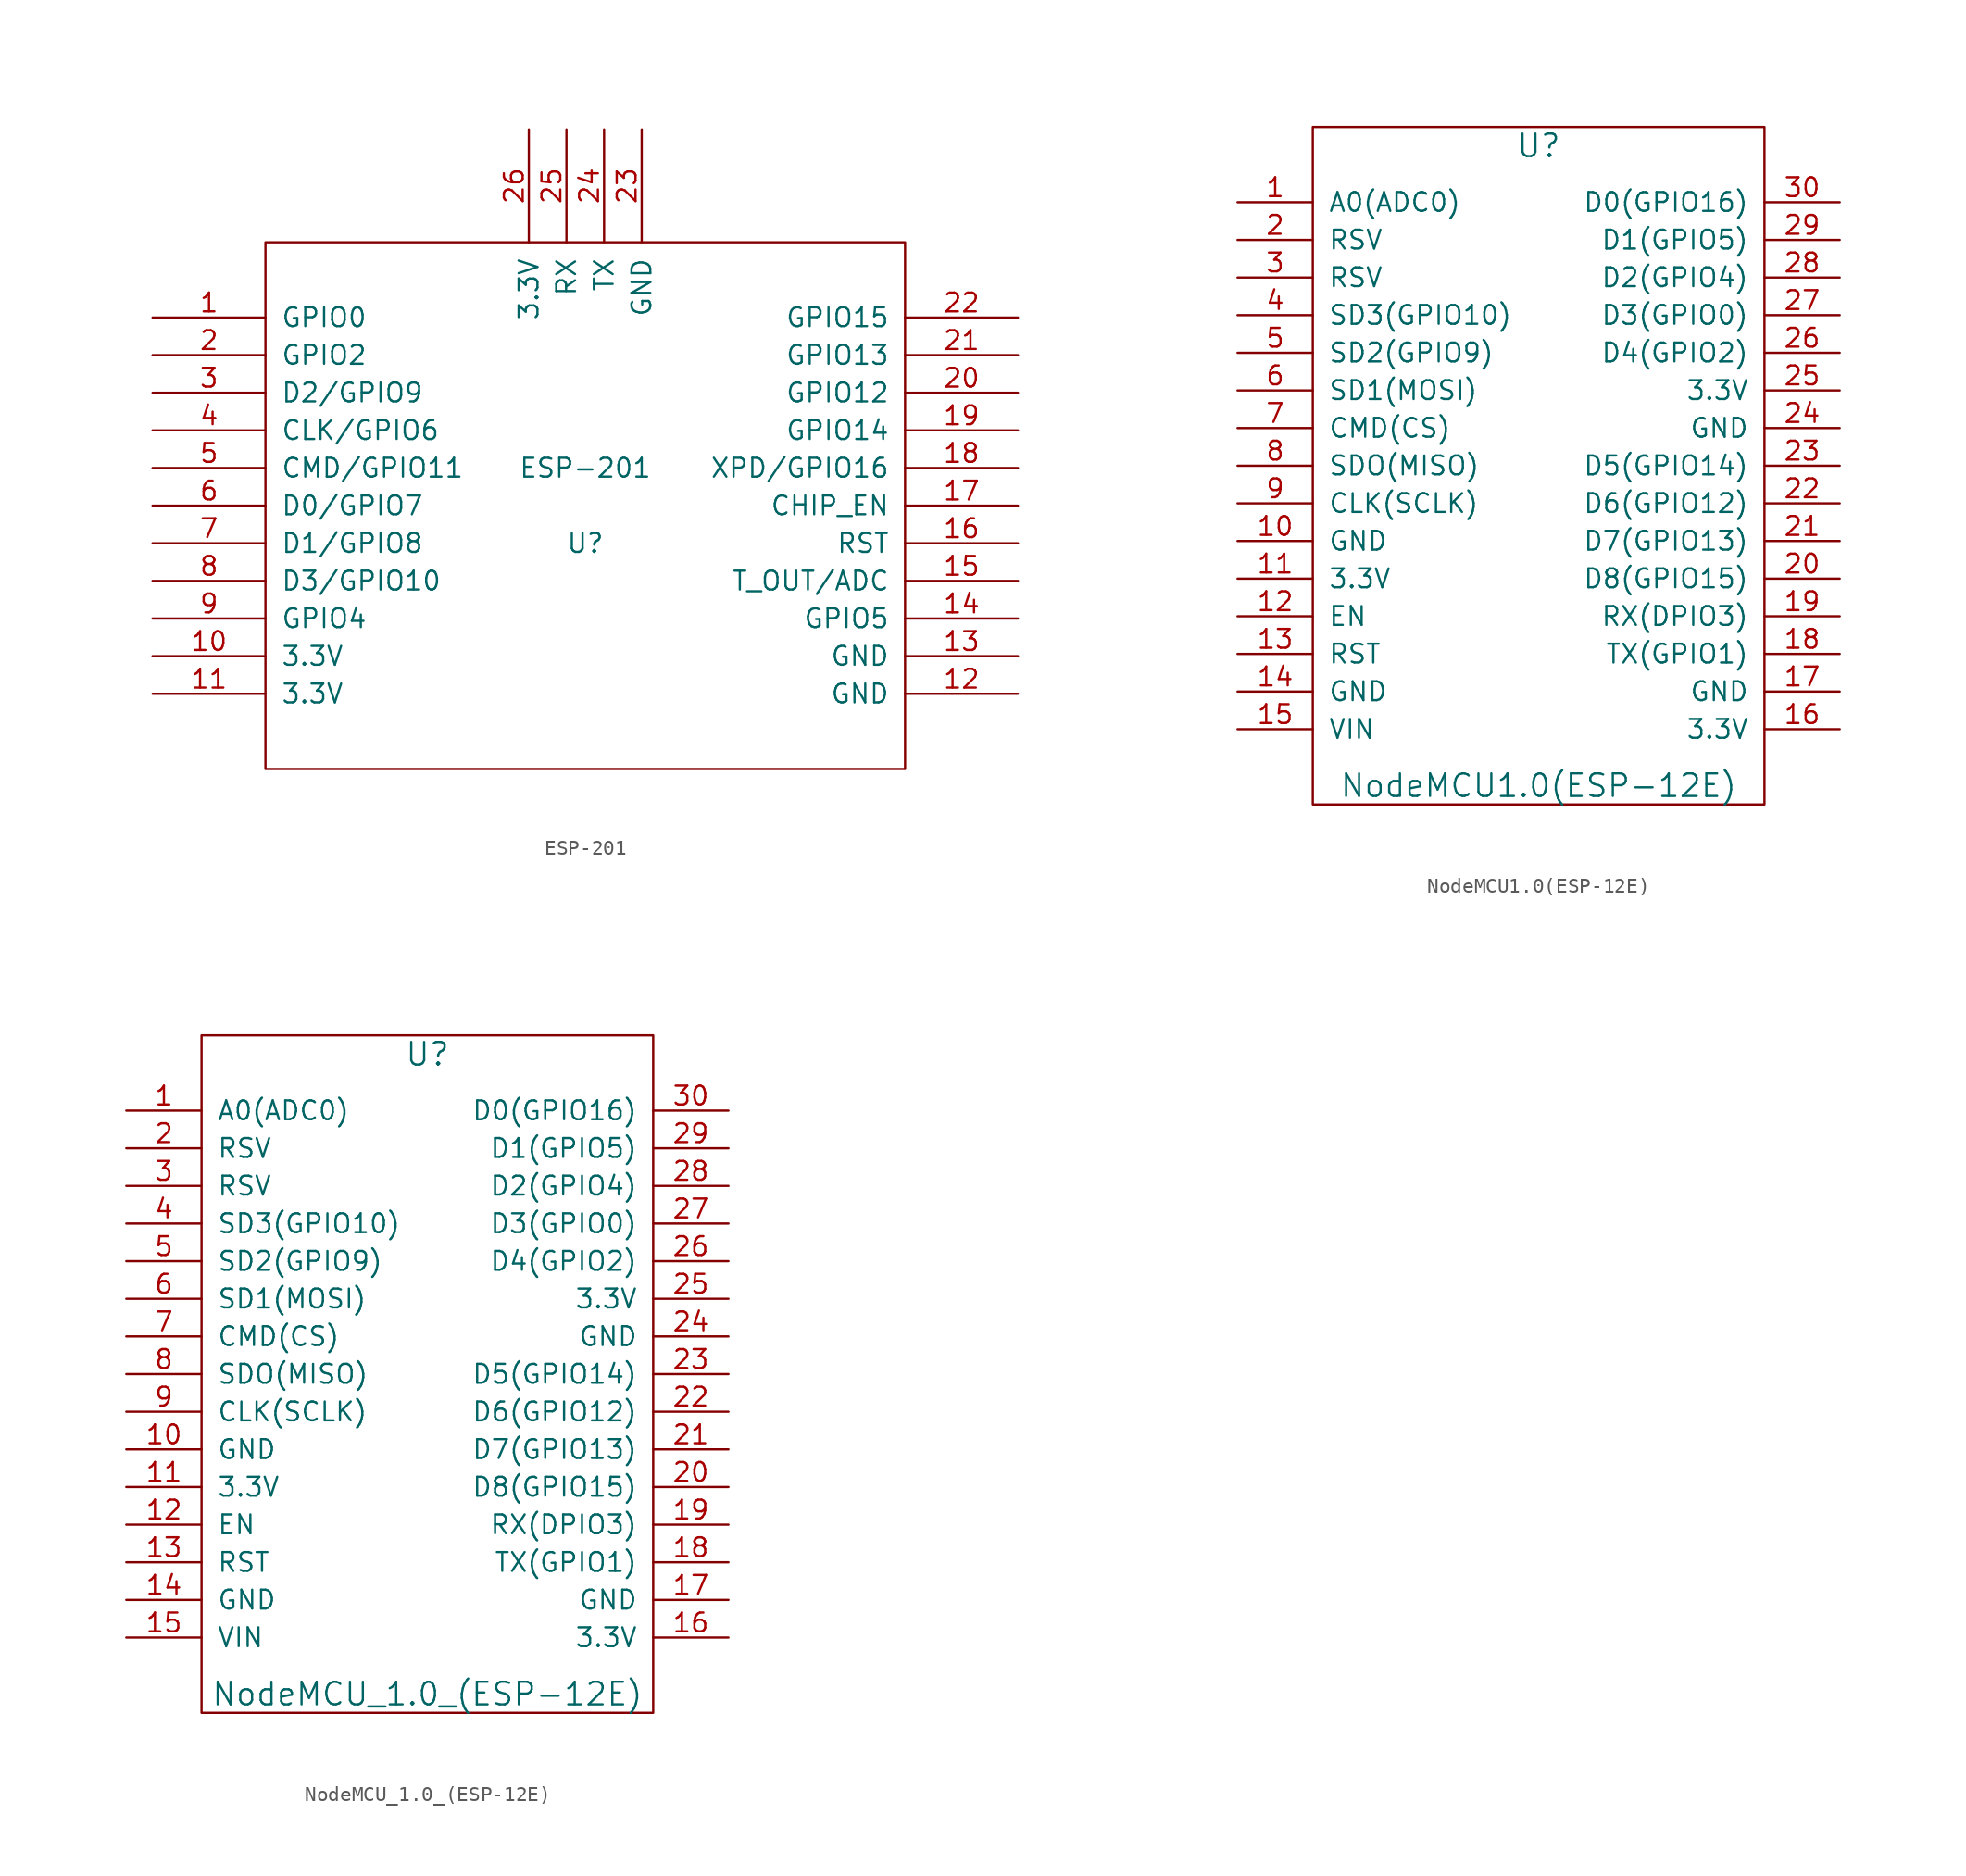
<source format=kicad_sym>
(kicad_symbol_lib
  (version 20211014)
  (generator kicad_symbol_editor)
  (symbol "ESP-201"
    (pin_names
      (offset 1.016))
    (property "Reference" "U"
      (at 0 -2.54 0)
      (effects (font (size 1.27 1.27))))
    (property "Value" "ESP-201"
      (at 0 2.54 0)
      (effects (font (size 1.27 1.27))))
    (symbol "ESP-201_1_0"
      (rectangle (start -21.59 -17.78) (end 21.59 17.78) (stroke (width 0) (type default) (color 0 0 0 0)) (fill (type none))))
    (symbol "ESP-201_1_1"
      (pin bidirectional line (at -29.21 12.7 0) (length 7.62) (name "GPIO0" (effects (font (size 1.27 1.27)))) (number "1" (effects (font (size 1.27 1.27)))))
      (pin power_in line (at -29.21 -10.16 0) (length 7.62) (name "3.3V" (effects (font (size 1.27 1.27)))) (number "10" (effects (font (size 1.27 1.27)))))
      (pin power_in line (at -29.21 -12.7 0) (length 7.62) (name "3.3V" (effects (font (size 1.27 1.27)))) (number "11" (effects (font (size 1.27 1.27)))))
      (pin power_in line (at 29.21 -12.7 180) (length 7.62) (name "GND" (effects (font (size 1.27 1.27)))) (number "12" (effects (font (size 1.27 1.27)))))
      (pin power_in line (at 29.21 -10.16 180) (length 7.62) (name "GND" (effects (font (size 1.27 1.27)))) (number "13" (effects (font (size 1.27 1.27)))))
      (pin bidirectional line (at 29.21 -7.62 180) (length 7.62) (name "GPIO5" (effects (font (size 1.27 1.27)))) (number "14" (effects (font (size 1.27 1.27)))))
      (pin bidirectional line (at 29.21 -5.08 180) (length 7.62) (name "T_OUT/ADC" (effects (font (size 1.27 1.27)))) (number "15" (effects (font (size 1.27 1.27)))))
      (pin input line (at 29.21 -2.54 180) (length 7.62) (name "RST" (effects (font (size 1.27 1.27)))) (number "16" (effects (font (size 1.27 1.27)))))
      (pin input line (at 29.21 0 180) (length 7.62) (name "CHIP_EN" (effects (font (size 1.27 1.27)))) (number "17" (effects (font (size 1.27 1.27)))))
      (pin bidirectional line (at 29.21 2.54 180) (length 7.62) (name "XPD/GPIO16" (effects (font (size 1.27 1.27)))) (number "18" (effects (font (size 1.27 1.27)))))
      (pin bidirectional line (at 29.21 5.08 180) (length 7.62) (name "GPIO14" (effects (font (size 1.27 1.27)))) (number "19" (effects (font (size 1.27 1.27)))))
      (pin bidirectional line (at -29.21 10.16 0) (length 7.62) (name "GPIO2" (effects (font (size 1.27 1.27)))) (number "2" (effects (font (size 1.27 1.27)))))
      (pin bidirectional line (at 29.21 7.62 180) (length 7.62) (name "GPIO12" (effects (font (size 1.27 1.27)))) (number "20" (effects (font (size 1.27 1.27)))))
      (pin bidirectional line (at 29.21 10.16 180) (length 7.62) (name "GPIO13" (effects (font (size 1.27 1.27)))) (number "21" (effects (font (size 1.27 1.27)))))
      (pin bidirectional line (at 29.21 12.7 180) (length 7.62) (name "GPIO15" (effects (font (size 1.27 1.27)))) (number "22" (effects (font (size 1.27 1.27)))))
      (pin power_in line (at 3.81 25.4 270) (length 7.62) (name "GND" (effects (font (size 1.27 1.27)))) (number "23" (effects (font (size 1.27 1.27)))))
      (pin output line (at 1.27 25.4 270) (length 7.62) (name "TX" (effects (font (size 1.27 1.27)))) (number "24" (effects (font (size 1.27 1.27)))))
      (pin input line (at -1.27 25.4 270) (length 7.62) (name "RX" (effects (font (size 1.27 1.27)))) (number "25" (effects (font (size 1.27 1.27)))))
      (pin power_in line (at -3.81 25.4 270) (length 7.62) (name "3.3V" (effects (font (size 1.27 1.27)))) (number "26" (effects (font (size 1.27 1.27)))))
      (pin output line (at -29.21 7.62 0) (length 7.62) (name "D2/GPIO9" (effects (font (size 1.27 1.27)))) (number "3" (effects (font (size 1.27 1.27)))))
      (pin output line (at -29.21 5.08 0) (length 7.62) (name "CLK/GPIO6" (effects (font (size 1.27 1.27)))) (number "4" (effects (font (size 1.27 1.27)))))
      (pin output line (at -29.21 2.54 0) (length 7.62) (name "CMD/GPIO11" (effects (font (size 1.27 1.27)))) (number "5" (effects (font (size 1.27 1.27)))))
      (pin output line (at -29.21 0 0) (length 7.62) (name "D0/GPIO7" (effects (font (size 1.27 1.27)))) (number "6" (effects (font (size 1.27 1.27)))))
      (pin output line (at -29.21 -2.54 0) (length 7.62) (name "D1/GPIO8" (effects (font (size 1.27 1.27)))) (number "7" (effects (font (size 1.27 1.27)))))
      (pin output line (at -29.21 -5.08 0) (length 7.62) (name "D3/GPIO10" (effects (font (size 1.27 1.27)))) (number "8" (effects (font (size 1.27 1.27)))))
      (pin bidirectional line (at -29.21 -7.62 0) (length 7.62) (name "GPIO4" (effects (font (size 1.27 1.27)))) (number "9" (effects (font (size 1.27 1.27)))))))
  (symbol "NodeMCU1.0(ESP-12E)"
    (pin_names
      (offset 1.016))
    (property "Reference" "U"
      (at 0 21.59 0)
      (effects (font (size 1.524 1.524))))
    (property "Value" "NodeMCU1.0(ESP-12E)"
      (at 0 -21.59 0)
      (effects (font (size 1.524 1.524))))
    (property "Footprint" ""
      (at -15.24 -21.59 0)
      (effects (font (size 1.524 1.524))))
    (property "Datasheet" ""
      (at -15.24 -21.59 0)
      (effects (font (size 1.524 1.524))))
    (symbol "NodeMCU1.0(ESP-12E)_0_1"
      (rectangle (start -15.24 -22.86) (end 15.24 22.86) (stroke (width 0) (type default) (color 0 0 0 0)) (fill (type none))))
    (symbol "NodeMCU1.0(ESP-12E)_1_1"
      (pin input line (at -20.32 17.78 0) (length 5.08) (name "A0(ADC0)" (effects (font (size 1.27 1.27)))) (number "1" (effects (font (size 1.27 1.27)))))
      (pin input line (at -20.32 -5.08 0) (length 5.08) (name "GND" (effects (font (size 1.27 1.27)))) (number "10" (effects (font (size 1.27 1.27)))))
      (pin input line (at -20.32 -7.62 0) (length 5.08) (name "3.3V" (effects (font (size 1.27 1.27)))) (number "11" (effects (font (size 1.27 1.27)))))
      (pin input line (at -20.32 -10.16 0) (length 5.08) (name "EN" (effects (font (size 1.27 1.27)))) (number "12" (effects (font (size 1.27 1.27)))))
      (pin input line (at -20.32 -12.7 0) (length 5.08) (name "RST" (effects (font (size 1.27 1.27)))) (number "13" (effects (font (size 1.27 1.27)))))
      (pin input line (at -20.32 -15.24 0) (length 5.08) (name "GND" (effects (font (size 1.27 1.27)))) (number "14" (effects (font (size 1.27 1.27)))))
      (pin input line (at -20.32 -17.78 0) (length 5.08) (name "VIN" (effects (font (size 1.27 1.27)))) (number "15" (effects (font (size 1.27 1.27)))))
      (pin input line (at 20.32 -17.78 180) (length 5.08) (name "3.3V" (effects (font (size 1.27 1.27)))) (number "16" (effects (font (size 1.27 1.27)))))
      (pin input line (at 20.32 -15.24 180) (length 5.08) (name "GND" (effects (font (size 1.27 1.27)))) (number "17" (effects (font (size 1.27 1.27)))))
      (pin input line (at 20.32 -12.7 180) (length 5.08) (name "TX(GPIO1)" (effects (font (size 1.27 1.27)))) (number "18" (effects (font (size 1.27 1.27)))))
      (pin input line (at 20.32 -10.16 180) (length 5.08) (name "RX(DPIO3)" (effects (font (size 1.27 1.27)))) (number "19" (effects (font (size 1.27 1.27)))))
      (pin input line (at -20.32 15.24 0) (length 5.08) (name "RSV" (effects (font (size 1.27 1.27)))) (number "2" (effects (font (size 1.27 1.27)))))
      (pin input line (at 20.32 -7.62 180) (length 5.08) (name "D8(GPIO15)" (effects (font (size 1.27 1.27)))) (number "20" (effects (font (size 1.27 1.27)))))
      (pin input line (at 20.32 -5.08 180) (length 5.08) (name "D7(GPIO13)" (effects (font (size 1.27 1.27)))) (number "21" (effects (font (size 1.27 1.27)))))
      (pin input line (at 20.32 -2.54 180) (length 5.08) (name "D6(GPIO12)" (effects (font (size 1.27 1.27)))) (number "22" (effects (font (size 1.27 1.27)))))
      (pin input line (at 20.32 0 180) (length 5.08) (name "D5(GPIO14)" (effects (font (size 1.27 1.27)))) (number "23" (effects (font (size 1.27 1.27)))))
      (pin input line (at 20.32 2.54 180) (length 5.08) (name "GND" (effects (font (size 1.27 1.27)))) (number "24" (effects (font (size 1.27 1.27)))))
      (pin input line (at 20.32 5.08 180) (length 5.08) (name "3.3V" (effects (font (size 1.27 1.27)))) (number "25" (effects (font (size 1.27 1.27)))))
      (pin input line (at 20.32 7.62 180) (length 5.08) (name "D4(GPIO2)" (effects (font (size 1.27 1.27)))) (number "26" (effects (font (size 1.27 1.27)))))
      (pin input line (at 20.32 10.16 180) (length 5.08) (name "D3(GPIO0)" (effects (font (size 1.27 1.27)))) (number "27" (effects (font (size 1.27 1.27)))))
      (pin input line (at 20.32 12.7 180) (length 5.08) (name "D2(GPIO4)" (effects (font (size 1.27 1.27)))) (number "28" (effects (font (size 1.27 1.27)))))
      (pin input line (at 20.32 15.24 180) (length 5.08) (name "D1(GPIO5)" (effects (font (size 1.27 1.27)))) (number "29" (effects (font (size 1.27 1.27)))))
      (pin input line (at -20.32 12.7 0) (length 5.08) (name "RSV" (effects (font (size 1.27 1.27)))) (number "3" (effects (font (size 1.27 1.27)))))
      (pin input line (at 20.32 17.78 180) (length 5.08) (name "D0(GPIO16)" (effects (font (size 1.27 1.27)))) (number "30" (effects (font (size 1.27 1.27)))))
      (pin input line (at -20.32 10.16 0) (length 5.08) (name "SD3(GPIO10)" (effects (font (size 1.27 1.27)))) (number "4" (effects (font (size 1.27 1.27)))))
      (pin input line (at -20.32 7.62 0) (length 5.08) (name "SD2(GPIO9)" (effects (font (size 1.27 1.27)))) (number "5" (effects (font (size 1.27 1.27)))))
      (pin input line (at -20.32 5.08 0) (length 5.08) (name "SD1(MOSI)" (effects (font (size 1.27 1.27)))) (number "6" (effects (font (size 1.27 1.27)))))
      (pin input line (at -20.32 2.54 0) (length 5.08) (name "CMD(CS)" (effects (font (size 1.27 1.27)))) (number "7" (effects (font (size 1.27 1.27)))))
      (pin input line (at -20.32 0 0) (length 5.08) (name "SDO(MISO)" (effects (font (size 1.27 1.27)))) (number "8" (effects (font (size 1.27 1.27)))))
      (pin input line (at -20.32 -2.54 0) (length 5.08) (name "CLK(SCLK)" (effects (font (size 1.27 1.27)))) (number "9" (effects (font (size 1.27 1.27)))))))
  (symbol "NodeMCU_1.0_(ESP-12E)"
    (pin_names
      (offset 1.016))
    (property "Reference" "U"
      (at 0 21.59 0)
      (effects (font (size 1.524 1.524))))
    (property "Value" "NodeMCU_1.0_(ESP-12E)"
      (at 0 -21.59 0)
      (effects (font (size 1.524 1.524))))
    (property "Footprint" ""
      (at -15.24 -21.59 0)
      (effects (font (size 1.524 1.524))))
    (property "Datasheet" ""
      (at -15.24 -21.59 0)
      (effects (font (size 1.524 1.524))))
    (symbol "NodeMCU_1.0_(ESP-12E)_0_1"
      (rectangle (start -15.24 -22.86) (end 15.24 22.86) (stroke (width 0) (type default) (color 0 0 0 0)) (fill (type none))))
    (symbol "NodeMCU_1.0_(ESP-12E)_1_1"
      (pin input line (at -20.32 17.78 0) (length 5.08) (name "A0(ADC0)" (effects (font (size 1.27 1.27)))) (number "1" (effects (font (size 1.27 1.27)))))
      (pin input line (at -20.32 -5.08 0) (length 5.08) (name "GND" (effects (font (size 1.27 1.27)))) (number "10" (effects (font (size 1.27 1.27)))))
      (pin power_out line (at -20.32 -7.62 0) (length 5.08) (name "3.3V" (effects (font (size 1.27 1.27)))) (number "11" (effects (font (size 1.27 1.27)))))
      (pin input line (at -20.32 -10.16 0) (length 5.08) (name "EN" (effects (font (size 1.27 1.27)))) (number "12" (effects (font (size 1.27 1.27)))))
      (pin input line (at -20.32 -12.7 0) (length 5.08) (name "RST" (effects (font (size 1.27 1.27)))) (number "13" (effects (font (size 1.27 1.27)))))
      (pin power_in line (at -20.32 -15.24 0) (length 5.08) (name "GND" (effects (font (size 1.27 1.27)))) (number "14" (effects (font (size 1.27 1.27)))))
      (pin power_in line (at -20.32 -17.78 0) (length 5.08) (name "VIN" (effects (font (size 1.27 1.27)))) (number "15" (effects (font (size 1.27 1.27)))))
      (pin power_out line (at 20.32 -17.78 180) (length 5.08) (name "3.3V" (effects (font (size 1.27 1.27)))) (number "16" (effects (font (size 1.27 1.27)))))
      (pin power_in line (at 20.32 -15.24 180) (length 5.08) (name "GND" (effects (font (size 1.27 1.27)))) (number "17" (effects (font (size 1.27 1.27)))))
      (pin bidirectional line (at 20.32 -12.7 180) (length 5.08) (name "TX(GPIO1)" (effects (font (size 1.27 1.27)))) (number "18" (effects (font (size 1.27 1.27)))))
      (pin bidirectional line (at 20.32 -10.16 180) (length 5.08) (name "RX(DPIO3)" (effects (font (size 1.27 1.27)))) (number "19" (effects (font (size 1.27 1.27)))))
      (pin input line (at -20.32 15.24 0) (length 5.08) (name "RSV" (effects (font (size 1.27 1.27)))) (number "2" (effects (font (size 1.27 1.27)))))
      (pin bidirectional line (at 20.32 -7.62 180) (length 5.08) (name "D8(GPIO15)" (effects (font (size 1.27 1.27)))) (number "20" (effects (font (size 1.27 1.27)))))
      (pin bidirectional line (at 20.32 -5.08 180) (length 5.08) (name "D7(GPIO13)" (effects (font (size 1.27 1.27)))) (number "21" (effects (font (size 1.27 1.27)))))
      (pin bidirectional line (at 20.32 -2.54 180) (length 5.08) (name "D6(GPIO12)" (effects (font (size 1.27 1.27)))) (number "22" (effects (font (size 1.27 1.27)))))
      (pin bidirectional line (at 20.32 0 180) (length 5.08) (name "D5(GPIO14)" (effects (font (size 1.27 1.27)))) (number "23" (effects (font (size 1.27 1.27)))))
      (pin power_in line (at 20.32 2.54 180) (length 5.08) (name "GND" (effects (font (size 1.27 1.27)))) (number "24" (effects (font (size 1.27 1.27)))))
      (pin power_out line (at 20.32 5.08 180) (length 5.08) (name "3.3V" (effects (font (size 1.27 1.27)))) (number "25" (effects (font (size 1.27 1.27)))))
      (pin bidirectional line (at 20.32 7.62 180) (length 5.08) (name "D4(GPIO2)" (effects (font (size 1.27 1.27)))) (number "26" (effects (font (size 1.27 1.27)))))
      (pin bidirectional line (at 20.32 10.16 180) (length 5.08) (name "D3(GPIO0)" (effects (font (size 1.27 1.27)))) (number "27" (effects (font (size 1.27 1.27)))))
      (pin bidirectional line (at 20.32 12.7 180) (length 5.08) (name "D2(GPIO4)" (effects (font (size 1.27 1.27)))) (number "28" (effects (font (size 1.27 1.27)))))
      (pin bidirectional line (at 20.32 15.24 180) (length 5.08) (name "D1(GPIO5)" (effects (font (size 1.27 1.27)))) (number "29" (effects (font (size 1.27 1.27)))))
      (pin input line (at -20.32 12.7 0) (length 5.08) (name "RSV" (effects (font (size 1.27 1.27)))) (number "3" (effects (font (size 1.27 1.27)))))
      (pin bidirectional line (at 20.32 17.78 180) (length 5.08) (name "D0(GPIO16)" (effects (font (size 1.27 1.27)))) (number "30" (effects (font (size 1.27 1.27)))))
      (pin bidirectional line (at -20.32 10.16 0) (length 5.08) (name "SD3(GPIO10)" (effects (font (size 1.27 1.27)))) (number "4" (effects (font (size 1.27 1.27)))))
      (pin bidirectional line (at -20.32 7.62 0) (length 5.08) (name "SD2(GPIO9)" (effects (font (size 1.27 1.27)))) (number "5" (effects (font (size 1.27 1.27)))))
      (pin bidirectional line (at -20.32 5.08 0) (length 5.08) (name "SD1(MOSI)" (effects (font (size 1.27 1.27)))) (number "6" (effects (font (size 1.27 1.27)))))
      (pin bidirectional line (at -20.32 2.54 0) (length 5.08) (name "CMD(CS)" (effects (font (size 1.27 1.27)))) (number "7" (effects (font (size 1.27 1.27)))))
      (pin bidirectional line (at -20.32 0 0) (length 5.08) (name "SDO(MISO)" (effects (font (size 1.27 1.27)))) (number "8" (effects (font (size 1.27 1.27)))))
      (pin bidirectional line (at -20.32 -2.54 0) (length 5.08) (name "CLK(SCLK)" (effects (font (size 1.27 1.27)))) (number "9" (effects (font (size 1.27 1.27))))))))
</source>
